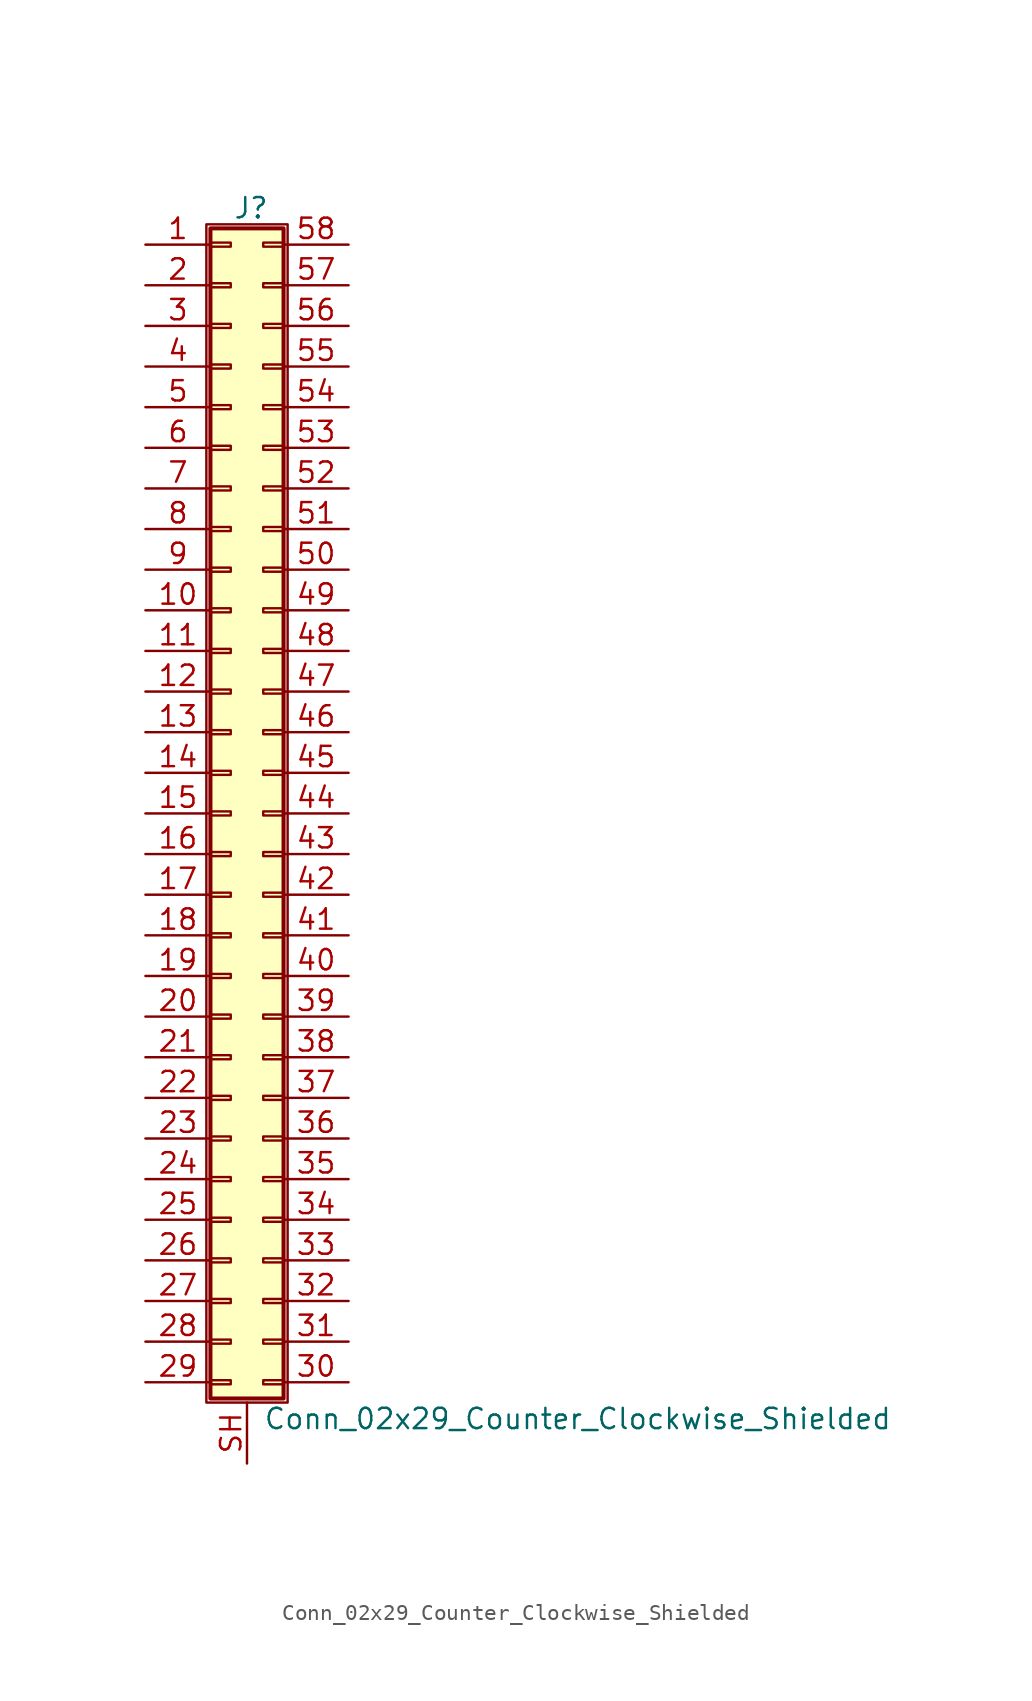
<source format=kicad_sym>
(kicad_symbol_lib
  (version 20220914)
  (generator kicad_symbol_editor)
  (symbol "Conn_02x29_Counter_Clockwise_Shielded"
    (pin_names
      (offset 1.016) hide)
    (property "Reference" "J"
      (at 1.524 37.846 0)
      (effects (font (size 1.27 1.27))))
    (property "Value" "Conn_02x29_Counter_Clockwise_Shielded"
      (at 2.286 -37.846 0)
      (effects (font (size 1.27 1.27)) (justify left)))
    (symbol "Conn_02x29_Counter_Clockwise_Shielded_1_1"
      (rectangle (start -1.27 36.83) (end 3.81 -36.83) (stroke (width 0.152) (type default)) (fill (type none)))
      (rectangle (start -1.016 -35.433) (end 0.254 -35.687) (stroke (width 0.152) (type default)) (fill (type none)))
      (rectangle (start -1.016 -32.893) (end 0.254 -33.147) (stroke (width 0.152) (type default)) (fill (type none)))
      (rectangle (start -1.016 -30.353) (end 0.254 -30.607) (stroke (width 0.152) (type default)) (fill (type none)))
      (rectangle (start -1.016 -27.813) (end 0.254 -28.067) (stroke (width 0.152) (type default)) (fill (type none)))
      (rectangle (start -1.016 -25.273) (end 0.254 -25.527) (stroke (width 0.152) (type default)) (fill (type none)))
      (rectangle (start -1.016 -22.733) (end 0.254 -22.987) (stroke (width 0.152) (type default)) (fill (type none)))
      (rectangle (start -1.016 -20.193) (end 0.254 -20.447) (stroke (width 0.152) (type default)) (fill (type none)))
      (rectangle (start -1.016 -17.653) (end 0.254 -17.907) (stroke (width 0.152) (type default)) (fill (type none)))
      (rectangle (start -1.016 -15.113) (end 0.254 -15.367) (stroke (width 0.152) (type default)) (fill (type none)))
      (rectangle (start -1.016 -12.573) (end 0.254 -12.827) (stroke (width 0.152) (type default)) (fill (type none)))
      (rectangle (start -1.016 -10.033) (end 0.254 -10.287) (stroke (width 0.152) (type default)) (fill (type none)))
      (rectangle (start -1.016 -7.493) (end 0.254 -7.747) (stroke (width 0.152) (type default)) (fill (type none)))
      (rectangle (start -1.016 -4.953) (end 0.254 -5.207) (stroke (width 0.152) (type default)) (fill (type none)))
      (rectangle (start -1.016 -2.413) (end 0.254 -2.667) (stroke (width 0.152) (type default)) (fill (type none)))
      (rectangle (start -1.016 0.127) (end 0.254 -0.127) (stroke (width 0.152) (type default)) (fill (type none)))
      (rectangle (start -1.016 2.667) (end 0.254 2.413) (stroke (width 0.152) (type default)) (fill (type none)))
      (rectangle (start -1.016 5.207) (end 0.254 4.953) (stroke (width 0.152) (type default)) (fill (type none)))
      (rectangle (start -1.016 7.747) (end 0.254 7.493) (stroke (width 0.152) (type default)) (fill (type none)))
      (rectangle (start -1.016 10.287) (end 0.254 10.033) (stroke (width 0.152) (type default)) (fill (type none)))
      (rectangle (start -1.016 12.827) (end 0.254 12.573) (stroke (width 0.152) (type default)) (fill (type none)))
      (rectangle (start -1.016 15.367) (end 0.254 15.113) (stroke (width 0.152) (type default)) (fill (type none)))
      (rectangle (start -1.016 17.907) (end 0.254 17.653) (stroke (width 0.152) (type default)) (fill (type none)))
      (rectangle (start -1.016 20.447) (end 0.254 20.193) (stroke (width 0.152) (type default)) (fill (type none)))
      (rectangle (start -1.016 22.987) (end 0.254 22.733) (stroke (width 0.152) (type default)) (fill (type none)))
      (rectangle (start -1.016 25.527) (end 0.254 25.273) (stroke (width 0.152) (type default)) (fill (type none)))
      (rectangle (start -1.016 28.067) (end 0.254 27.813) (stroke (width 0.152) (type default)) (fill (type none)))
      (rectangle (start -1.016 30.607) (end 0.254 30.353) (stroke (width 0.152) (type default)) (fill (type none)))
      (rectangle (start -1.016 33.147) (end 0.254 32.893) (stroke (width 0.152) (type default)) (fill (type none)))
      (rectangle (start -1.016 35.687) (end 0.254 35.433) (stroke (width 0.152) (type default)) (fill (type none)))
      (rectangle (start -1.016 36.576) (end 3.556 -36.576) (stroke (width 0.254) (type default)) (fill (type background)))
      (rectangle (start 3.556 -35.433) (end 2.286 -35.687) (stroke (width 0.152) (type default)) (fill (type none)))
      (rectangle (start 3.556 -32.893) (end 2.286 -33.147) (stroke (width 0.152) (type default)) (fill (type none)))
      (rectangle (start 3.556 -30.353) (end 2.286 -30.607) (stroke (width 0.152) (type default)) (fill (type none)))
      (rectangle (start 3.556 -27.813) (end 2.286 -28.067) (stroke (width 0.152) (type default)) (fill (type none)))
      (rectangle (start 3.556 -25.273) (end 2.286 -25.527) (stroke (width 0.152) (type default)) (fill (type none)))
      (rectangle (start 3.556 -22.733) (end 2.286 -22.987) (stroke (width 0.152) (type default)) (fill (type none)))
      (rectangle (start 3.556 -20.193) (end 2.286 -20.447) (stroke (width 0.152) (type default)) (fill (type none)))
      (rectangle (start 3.556 -17.653) (end 2.286 -17.907) (stroke (width 0.152) (type default)) (fill (type none)))
      (rectangle (start 3.556 -15.113) (end 2.286 -15.367) (stroke (width 0.152) (type default)) (fill (type none)))
      (rectangle (start 3.556 -12.573) (end 2.286 -12.827) (stroke (width 0.152) (type default)) (fill (type none)))
      (rectangle (start 3.556 -10.033) (end 2.286 -10.287) (stroke (width 0.152) (type default)) (fill (type none)))
      (rectangle (start 3.556 -7.493) (end 2.286 -7.747) (stroke (width 0.152) (type default)) (fill (type none)))
      (rectangle (start 3.556 -4.953) (end 2.286 -5.207) (stroke (width 0.152) (type default)) (fill (type none)))
      (rectangle (start 3.556 -2.413) (end 2.286 -2.667) (stroke (width 0.152) (type default)) (fill (type none)))
      (rectangle (start 3.556 0.127) (end 2.286 -0.127) (stroke (width 0.152) (type default)) (fill (type none)))
      (rectangle (start 3.556 2.667) (end 2.286 2.413) (stroke (width 0.152) (type default)) (fill (type none)))
      (rectangle (start 3.556 5.207) (end 2.286 4.953) (stroke (width 0.152) (type default)) (fill (type none)))
      (rectangle (start 3.556 7.747) (end 2.286 7.493) (stroke (width 0.152) (type default)) (fill (type none)))
      (rectangle (start 3.556 10.287) (end 2.286 10.033) (stroke (width 0.152) (type default)) (fill (type none)))
      (rectangle (start 3.556 12.827) (end 2.286 12.573) (stroke (width 0.152) (type default)) (fill (type none)))
      (rectangle (start 3.556 15.367) (end 2.286 15.113) (stroke (width 0.152) (type default)) (fill (type none)))
      (rectangle (start 3.556 17.907) (end 2.286 17.653) (stroke (width 0.152) (type default)) (fill (type none)))
      (rectangle (start 3.556 20.447) (end 2.286 20.193) (stroke (width 0.152) (type default)) (fill (type none)))
      (rectangle (start 3.556 22.987) (end 2.286 22.733) (stroke (width 0.152) (type default)) (fill (type none)))
      (rectangle (start 3.556 25.527) (end 2.286 25.273) (stroke (width 0.152) (type default)) (fill (type none)))
      (rectangle (start 3.556 28.067) (end 2.286 27.813) (stroke (width 0.152) (type default)) (fill (type none)))
      (rectangle (start 3.556 30.607) (end 2.286 30.353) (stroke (width 0.152) (type default)) (fill (type none)))
      (rectangle (start 3.556 33.147) (end 2.286 32.893) (stroke (width 0.152) (type default)) (fill (type none)))
      (rectangle (start 3.556 35.687) (end 2.286 35.433) (stroke (width 0.152) (type default)) (fill (type none)))
      (pin passive line (at -5.08 35.56 0) (length 4.064) (name "Pin_1" (effects (font (size 1.27 1.27)))) (number "1" (effects (font (size 1.27 1.27)))))
      (pin passive line (at -5.08 12.7 0) (length 4.064) (name "Pin_10" (effects (font (size 1.27 1.27)))) (number "10" (effects (font (size 1.27 1.27)))))
      (pin passive line (at -5.08 10.16 0) (length 4.064) (name "Pin_11" (effects (font (size 1.27 1.27)))) (number "11" (effects (font (size 1.27 1.27)))))
      (pin passive line (at -5.08 7.62 0) (length 4.064) (name "Pin_12" (effects (font (size 1.27 1.27)))) (number "12" (effects (font (size 1.27 1.27)))))
      (pin passive line (at -5.08 5.08 0) (length 4.064) (name "Pin_13" (effects (font (size 1.27 1.27)))) (number "13" (effects (font (size 1.27 1.27)))))
      (pin passive line (at -5.08 2.54 0) (length 4.064) (name "Pin_14" (effects (font (size 1.27 1.27)))) (number "14" (effects (font (size 1.27 1.27)))))
      (pin passive line (at -5.08 0 0) (length 4.064) (name "Pin_15" (effects (font (size 1.27 1.27)))) (number "15" (effects (font (size 1.27 1.27)))))
      (pin passive line (at -5.08 -2.54 0) (length 4.064) (name "Pin_16" (effects (font (size 1.27 1.27)))) (number "16" (effects (font (size 1.27 1.27)))))
      (pin passive line (at -5.08 -5.08 0) (length 4.064) (name "Pin_17" (effects (font (size 1.27 1.27)))) (number "17" (effects (font (size 1.27 1.27)))))
      (pin passive line (at -5.08 -7.62 0) (length 4.064) (name "Pin_18" (effects (font (size 1.27 1.27)))) (number "18" (effects (font (size 1.27 1.27)))))
      (pin passive line (at -5.08 -10.16 0) (length 4.064) (name "Pin_19" (effects (font (size 1.27 1.27)))) (number "19" (effects (font (size 1.27 1.27)))))
      (pin passive line (at -5.08 33.02 0) (length 4.064) (name "Pin_2" (effects (font (size 1.27 1.27)))) (number "2" (effects (font (size 1.27 1.27)))))
      (pin passive line (at -5.08 -12.7 0) (length 4.064) (name "Pin_20" (effects (font (size 1.27 1.27)))) (number "20" (effects (font (size 1.27 1.27)))))
      (pin passive line (at -5.08 -15.24 0) (length 4.064) (name "Pin_21" (effects (font (size 1.27 1.27)))) (number "21" (effects (font (size 1.27 1.27)))))
      (pin passive line (at -5.08 -17.78 0) (length 4.064) (name "Pin_22" (effects (font (size 1.27 1.27)))) (number "22" (effects (font (size 1.27 1.27)))))
      (pin passive line (at -5.08 -20.32 0) (length 4.064) (name "Pin_23" (effects (font (size 1.27 1.27)))) (number "23" (effects (font (size 1.27 1.27)))))
      (pin passive line (at -5.08 -22.86 0) (length 4.064) (name "Pin_24" (effects (font (size 1.27 1.27)))) (number "24" (effects (font (size 1.27 1.27)))))
      (pin passive line (at -5.08 -25.4 0) (length 4.064) (name "Pin_25" (effects (font (size 1.27 1.27)))) (number "25" (effects (font (size 1.27 1.27)))))
      (pin passive line (at -5.08 -27.94 0) (length 4.064) (name "Pin_26" (effects (font (size 1.27 1.27)))) (number "26" (effects (font (size 1.27 1.27)))))
      (pin passive line (at -5.08 -30.48 0) (length 4.064) (name "Pin_27" (effects (font (size 1.27 1.27)))) (number "27" (effects (font (size 1.27 1.27)))))
      (pin passive line (at -5.08 -33.02 0) (length 4.064) (name "Pin_28" (effects (font (size 1.27 1.27)))) (number "28" (effects (font (size 1.27 1.27)))))
      (pin passive line (at -5.08 -35.56 0) (length 4.064) (name "Pin_29" (effects (font (size 1.27 1.27)))) (number "29" (effects (font (size 1.27 1.27)))))
      (pin passive line (at -5.08 30.48 0) (length 4.064) (name "Pin_3" (effects (font (size 1.27 1.27)))) (number "3" (effects (font (size 1.27 1.27)))))
      (pin passive line (at 7.62 -35.56 180) (length 4.064) (name "Pin_30" (effects (font (size 1.27 1.27)))) (number "30" (effects (font (size 1.27 1.27)))))
      (pin passive line (at 7.62 -33.02 180) (length 4.064) (name "Pin_31" (effects (font (size 1.27 1.27)))) (number "31" (effects (font (size 1.27 1.27)))))
      (pin passive line (at 7.62 -30.48 180) (length 4.064) (name "Pin_32" (effects (font (size 1.27 1.27)))) (number "32" (effects (font (size 1.27 1.27)))))
      (pin passive line (at 7.62 -27.94 180) (length 4.064) (name "Pin_33" (effects (font (size 1.27 1.27)))) (number "33" (effects (font (size 1.27 1.27)))))
      (pin passive line (at 7.62 -25.4 180) (length 4.064) (name "Pin_34" (effects (font (size 1.27 1.27)))) (number "34" (effects (font (size 1.27 1.27)))))
      (pin passive line (at 7.62 -22.86 180) (length 4.064) (name "Pin_35" (effects (font (size 1.27 1.27)))) (number "35" (effects (font (size 1.27 1.27)))))
      (pin passive line (at 7.62 -20.32 180) (length 4.064) (name "Pin_36" (effects (font (size 1.27 1.27)))) (number "36" (effects (font (size 1.27 1.27)))))
      (pin passive line (at 7.62 -17.78 180) (length 4.064) (name "Pin_37" (effects (font (size 1.27 1.27)))) (number "37" (effects (font (size 1.27 1.27)))))
      (pin passive line (at 7.62 -15.24 180) (length 4.064) (name "Pin_38" (effects (font (size 1.27 1.27)))) (number "38" (effects (font (size 1.27 1.27)))))
      (pin passive line (at 7.62 -12.7 180) (length 4.064) (name "Pin_39" (effects (font (size 1.27 1.27)))) (number "39" (effects (font (size 1.27 1.27)))))
      (pin passive line (at -5.08 27.94 0) (length 4.064) (name "Pin_4" (effects (font (size 1.27 1.27)))) (number "4" (effects (font (size 1.27 1.27)))))
      (pin passive line (at 7.62 -10.16 180) (length 4.064) (name "Pin_40" (effects (font (size 1.27 1.27)))) (number "40" (effects (font (size 1.27 1.27)))))
      (pin passive line (at 7.62 -7.62 180) (length 4.064) (name "Pin_41" (effects (font (size 1.27 1.27)))) (number "41" (effects (font (size 1.27 1.27)))))
      (pin passive line (at 7.62 -5.08 180) (length 4.064) (name "Pin_42" (effects (font (size 1.27 1.27)))) (number "42" (effects (font (size 1.27 1.27)))))
      (pin passive line (at 7.62 -2.54 180) (length 4.064) (name "Pin_43" (effects (font (size 1.27 1.27)))) (number "43" (effects (font (size 1.27 1.27)))))
      (pin passive line (at 7.62 0 180) (length 4.064) (name "Pin_44" (effects (font (size 1.27 1.27)))) (number "44" (effects (font (size 1.27 1.27)))))
      (pin passive line (at 7.62 2.54 180) (length 4.064) (name "Pin_45" (effects (font (size 1.27 1.27)))) (number "45" (effects (font (size 1.27 1.27)))))
      (pin passive line (at 7.62 5.08 180) (length 4.064) (name "Pin_46" (effects (font (size 1.27 1.27)))) (number "46" (effects (font (size 1.27 1.27)))))
      (pin passive line (at 7.62 7.62 180) (length 4.064) (name "Pin_47" (effects (font (size 1.27 1.27)))) (number "47" (effects (font (size 1.27 1.27)))))
      (pin passive line (at 7.62 10.16 180) (length 4.064) (name "Pin_48" (effects (font (size 1.27 1.27)))) (number "48" (effects (font (size 1.27 1.27)))))
      (pin passive line (at 7.62 12.7 180) (length 4.064) (name "Pin_49" (effects (font (size 1.27 1.27)))) (number "49" (effects (font (size 1.27 1.27)))))
      (pin passive line (at -5.08 25.4 0) (length 4.064) (name "Pin_5" (effects (font (size 1.27 1.27)))) (number "5" (effects (font (size 1.27 1.27)))))
      (pin passive line (at 7.62 15.24 180) (length 4.064) (name "Pin_50" (effects (font (size 1.27 1.27)))) (number "50" (effects (font (size 1.27 1.27)))))
      (pin passive line (at 7.62 17.78 180) (length 4.064) (name "Pin_51" (effects (font (size 1.27 1.27)))) (number "51" (effects (font (size 1.27 1.27)))))
      (pin passive line (at 7.62 20.32 180) (length 4.064) (name "Pin_52" (effects (font (size 1.27 1.27)))) (number "52" (effects (font (size 1.27 1.27)))))
      (pin passive line (at 7.62 22.86 180) (length 4.064) (name "Pin_53" (effects (font (size 1.27 1.27)))) (number "53" (effects (font (size 1.27 1.27)))))
      (pin passive line (at 7.62 25.4 180) (length 4.064) (name "Pin_54" (effects (font (size 1.27 1.27)))) (number "54" (effects (font (size 1.27 1.27)))))
      (pin passive line (at 7.62 27.94 180) (length 4.064) (name "Pin_55" (effects (font (size 1.27 1.27)))) (number "55" (effects (font (size 1.27 1.27)))))
      (pin passive line (at 7.62 30.48 180) (length 4.064) (name "Pin_56" (effects (font (size 1.27 1.27)))) (number "56" (effects (font (size 1.27 1.27)))))
      (pin passive line (at 7.62 33.02 180) (length 4.064) (name "Pin_57" (effects (font (size 1.27 1.27)))) (number "57" (effects (font (size 1.27 1.27)))))
      (pin passive line (at 7.62 35.56 180) (length 4.064) (name "Pin_58" (effects (font (size 1.27 1.27)))) (number "58" (effects (font (size 1.27 1.27)))))
      (pin passive line (at -5.08 22.86 0) (length 4.064) (name "Pin_6" (effects (font (size 1.27 1.27)))) (number "6" (effects (font (size 1.27 1.27)))))
      (pin passive line (at -5.08 20.32 0) (length 4.064) (name "Pin_7" (effects (font (size 1.27 1.27)))) (number "7" (effects (font (size 1.27 1.27)))))
      (pin passive line (at -5.08 17.78 0) (length 4.064) (name "Pin_8" (effects (font (size 1.27 1.27)))) (number "8" (effects (font (size 1.27 1.27)))))
      (pin passive line (at -5.08 15.24 0) (length 4.064) (name "Pin_9" (effects (font (size 1.27 1.27)))) (number "9" (effects (font (size 1.27 1.27)))))
      (pin passive line (at 1.27 -40.64 90) (length 3.81) (name "Shield" (effects (font (size 1.27 1.27)))) (number "SH" (effects (font (size 1.27 1.27))))))))
</source>
